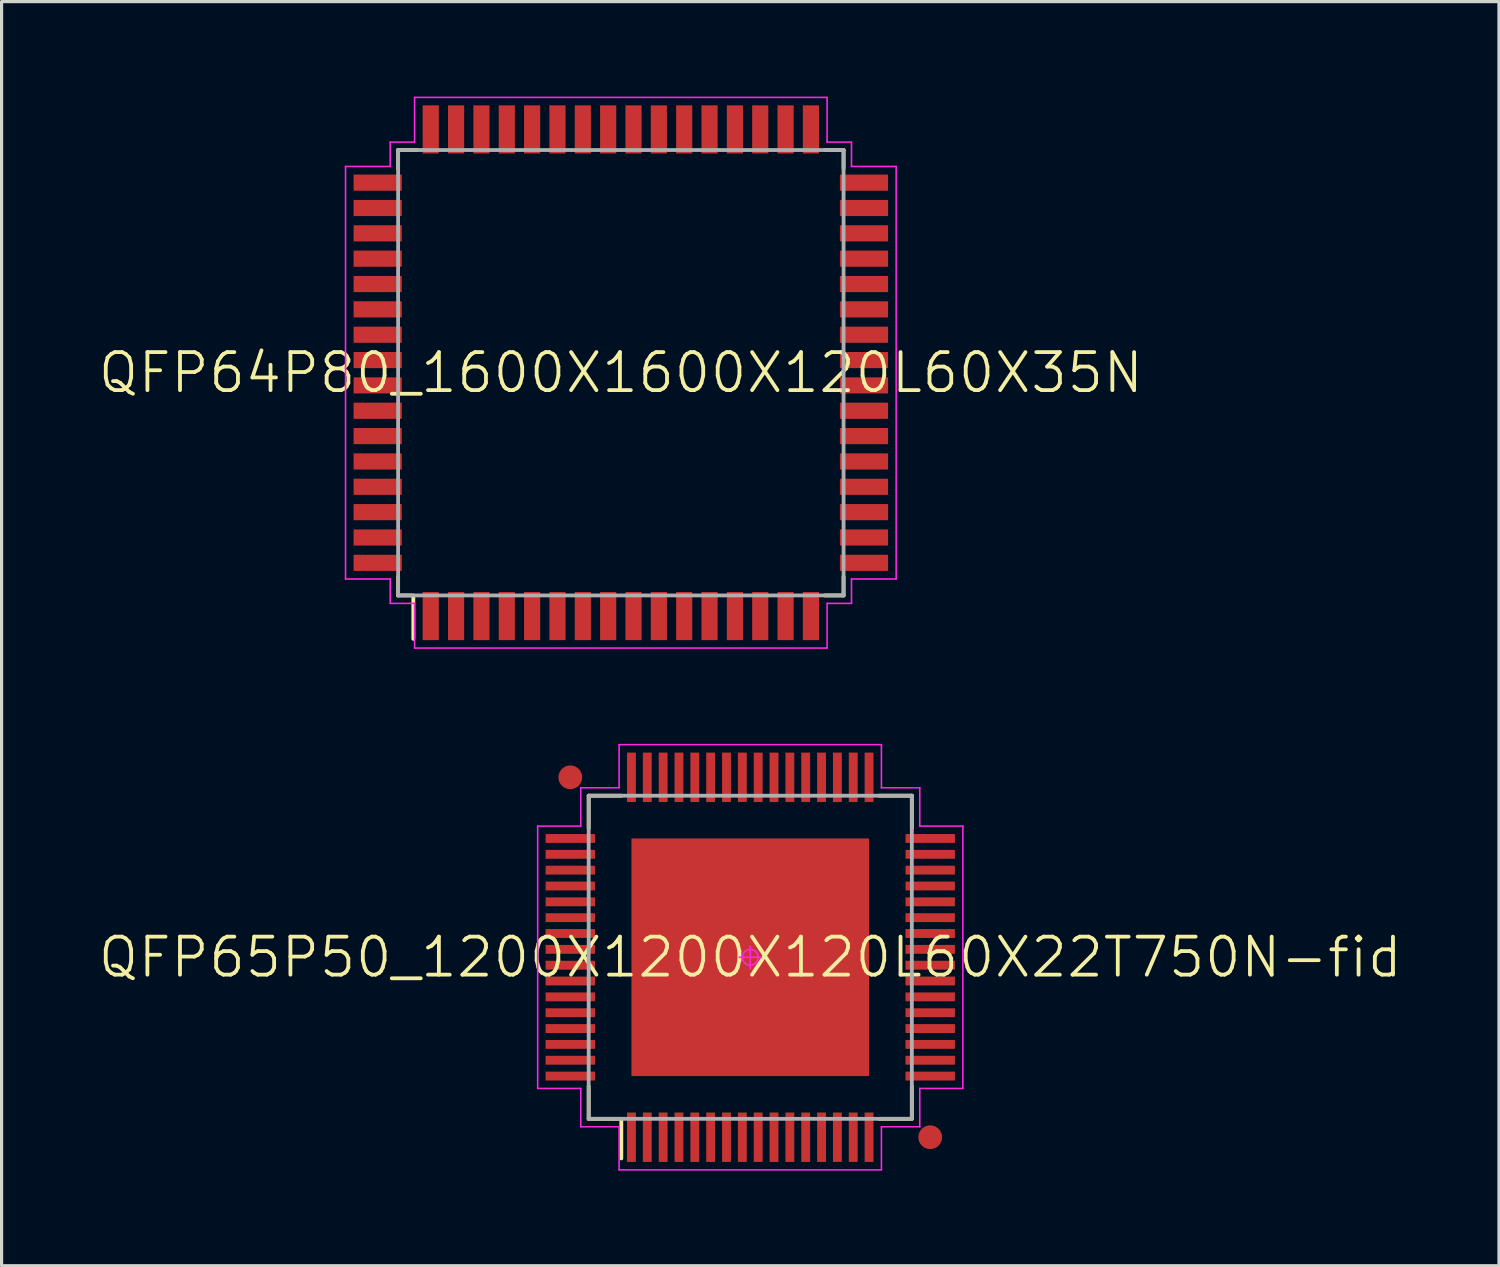
<source format=kicad_pcb>
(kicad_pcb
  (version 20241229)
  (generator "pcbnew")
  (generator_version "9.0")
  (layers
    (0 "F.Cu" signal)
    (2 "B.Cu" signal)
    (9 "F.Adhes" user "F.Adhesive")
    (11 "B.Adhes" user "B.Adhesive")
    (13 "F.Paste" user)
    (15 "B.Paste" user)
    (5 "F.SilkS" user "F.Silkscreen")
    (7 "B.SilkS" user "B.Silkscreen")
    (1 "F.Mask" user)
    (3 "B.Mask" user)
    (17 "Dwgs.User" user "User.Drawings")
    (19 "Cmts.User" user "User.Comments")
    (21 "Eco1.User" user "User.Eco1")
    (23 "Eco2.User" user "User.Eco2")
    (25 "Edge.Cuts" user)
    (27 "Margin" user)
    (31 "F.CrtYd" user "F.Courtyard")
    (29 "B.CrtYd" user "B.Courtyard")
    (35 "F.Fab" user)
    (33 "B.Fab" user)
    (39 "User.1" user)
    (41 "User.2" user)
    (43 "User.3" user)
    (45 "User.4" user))
  (footprint "QFP65P50_1200X1200X120L60X22T750N-fid"
    (layer "F.Cu")
    (at 20.631 27.165)
    (property "Reference" "QFP65P50_1200X1200X120L60X22T750N-fid" (at 0 0 0) (layer "F.SilkS") (effects (font (size 1.2 1.2) (thickness 0.12))))
    (attr smd)
    (fp_line (start -5.1 -5.1) (end -5.1 -4.07) (stroke (width 0.12) (type solid)) (layer "F.SilkS"))
    (fp_line (start -5.1 5.1) (end -5.1 4.07) (stroke (width 0.12) (type solid)) (layer "F.SilkS"))
    (fp_line (start -4.07 -5.1) (end -5.1 -5.1) (stroke (width 0.12) (type solid)) (layer "F.SilkS"))
    (fp_line (start -4.07 5.1) (end -5.1 5.1) (stroke (width 0.12) (type solid)) (layer "F.SilkS"))
    (fp_line (start -4.07 5.1) (end -4.07 6.35) (stroke (width 0.12) (type solid)) (layer "F.SilkS"))
    (fp_line (start 4.07 -5.1) (end 5.1 -5.1) (stroke (width 0.12) (type solid)) (layer "F.SilkS"))
    (fp_line (start 4.07 5.1) (end 5.1 5.1) (stroke (width 0.12) (type solid)) (layer "F.SilkS"))
    (fp_line (start 5.1 -5.1) (end 5.1 -4.07) (stroke (width 0.12) (type solid)) (layer "F.SilkS"))
    (fp_line (start 5.1 5.1) (end 5.1 4.07) (stroke (width 0.12) (type solid)) (layer "F.SilkS"))
    (fp_line (start -6.71 -4.14) (end -6.71 4.14) (stroke (width 0.05) (type solid)) (layer "F.CrtYd"))
    (fp_line (start -6.71 4.14) (end -5.35 4.14) (stroke (width 0.05) (type solid)) (layer "F.CrtYd"))
    (fp_line (start -5.35 -5.35) (end -5.35 -4.14) (stroke (width 0.05) (type solid)) (layer "F.CrtYd"))
    (fp_line (start -5.35 -4.14) (end -6.71 -4.14) (stroke (width 0.05) (type solid)) (layer "F.CrtYd"))
    (fp_line (start -5.35 4.14) (end -5.35 5.35) (stroke (width 0.05) (type solid)) (layer "F.CrtYd"))
    (fp_line (start -5.35 5.35) (end -4.14 5.35) (stroke (width 0.05) (type solid)) (layer "F.CrtYd"))
    (fp_line (start -4.14 -6.71) (end -4.14 -5.35) (stroke (width 0.05) (type solid)) (layer "F.CrtYd"))
    (fp_line (start -4.14 -5.35) (end -5.35 -5.35) (stroke (width 0.05) (type solid)) (layer "F.CrtYd"))
    (fp_line (start -4.14 5.35) (end -4.14 6.71) (stroke (width 0.05) (type solid)) (layer "F.CrtYd"))
    (fp_line (start -4.14 6.71) (end 4.14 6.71) (stroke (width 0.05) (type solid)) (layer "F.CrtYd"))
    (fp_line (start -0.35 0) (end 0.35 0) (stroke (width 0.05) (type solid)) (layer "F.CrtYd"))
    (fp_line (start 0 -0.35) (end 0 0.35) (stroke (width 0.05) (type solid)) (layer "F.CrtYd"))
    (fp_line (start 4.14 -6.71) (end -4.14 -6.71) (stroke (width 0.05) (type solid)) (layer "F.CrtYd"))
    (fp_line (start 4.14 -5.35) (end 4.14 -6.71) (stroke (width 0.05) (type solid)) (layer "F.CrtYd"))
    (fp_line (start 4.14 5.35) (end 5.35 5.35) (stroke (width 0.05) (type solid)) (layer "F.CrtYd"))
    (fp_line (start 4.14 6.71) (end 4.14 5.35) (stroke (width 0.05) (type solid)) (layer "F.CrtYd"))
    (fp_line (start 5.35 -5.35) (end 4.14 -5.35) (stroke (width 0.05) (type solid)) (layer "F.CrtYd"))
    (fp_line (start 5.35 -4.14) (end 5.35 -5.35) (stroke (width 0.05) (type solid)) (layer "F.CrtYd"))
    (fp_line (start 5.35 4.14) (end 6.71 4.14) (stroke (width 0.05) (type solid)) (layer "F.CrtYd"))
    (fp_line (start 5.35 5.35) (end 5.35 4.14) (stroke (width 0.05) (type solid)) (layer "F.CrtYd"))
    (fp_line (start 6.71 -4.14) (end 5.35 -4.14) (stroke (width 0.05) (type solid)) (layer "F.CrtYd"))
    (fp_line (start 6.71 4.14) (end 6.71 -4.14) (stroke (width 0.05) (type solid)) (layer "F.CrtYd"))
    (fp_circle (center 0 0) (end 0 0.25) (stroke (width 0.05) (type solid)) (fill no) (layer "F.CrtYd"))
    (fp_line (start -5.1 -5.1) (end 5.1 -5.1) (stroke (width 0.12) (type solid)) (layer "F.Fab"))
    (fp_line (start -5.1 5.1) (end -5.1 -5.1) (stroke (width 0.12) (type solid)) (layer "F.Fab"))
    (fp_line (start 5.1 -5.1) (end 5.1 5.1) (stroke (width 0.12) (type solid)) (layer "F.Fab"))
    (fp_line (start 5.1 5.1) (end -5.1 5.1) (stroke (width 0.12) (type solid)) (layer "F.Fab"))
    (pad "1" smd rect (at -3.75 5.68 90) (size 1.56 0.28) (layers "F.Cu" "F.Mask" "F.Paste"))
    (pad "2" smd rect (at -3.25 5.68 90) (size 1.56 0.28) (layers "F.Cu" "F.Mask" "F.Paste"))
    (pad "3" smd rect (at -2.75 5.68 90) (size 1.56 0.28) (layers "F.Cu" "F.Mask" "F.Paste"))
    (pad "4" smd rect (at -2.25 5.68 90) (size 1.56 0.28) (layers "F.Cu" "F.Mask" "F.Paste"))
    (pad "5" smd rect (at -1.75 5.68 90) (size 1.56 0.28) (layers "F.Cu" "F.Mask" "F.Paste"))
    (pad "6" smd rect (at -1.25 5.68 90) (size 1.56 0.28) (layers "F.Cu" "F.Mask" "F.Paste"))
    (pad "7" smd rect (at -0.75 5.68 90) (size 1.56 0.28) (layers "F.Cu" "F.Mask" "F.Paste"))
    (pad "8" smd rect (at -0.25 5.68 90) (size 1.56 0.28) (layers "F.Cu" "F.Mask" "F.Paste"))
    (pad "9" smd rect (at 0.25 5.68 90) (size 1.56 0.28) (layers "F.Cu" "F.Mask" "F.Paste"))
    (pad "10" smd rect (at 0.75 5.68 90) (size 1.56 0.28) (layers "F.Cu" "F.Mask" "F.Paste"))
    (pad "11" smd rect (at 1.25 5.68 90) (size 1.56 0.28) (layers "F.Cu" "F.Mask" "F.Paste"))
    (pad "12" smd rect (at 1.75 5.68 90) (size 1.56 0.28) (layers "F.Cu" "F.Mask" "F.Paste"))
    (pad "13" smd rect (at 2.25 5.68 90) (size 1.56 0.28) (layers "F.Cu" "F.Mask" "F.Paste"))
    (pad "14" smd rect (at 2.75 5.68 90) (size 1.56 0.28) (layers "F.Cu" "F.Mask" "F.Paste"))
    (pad "15" smd rect (at 3.25 5.68 90) (size 1.56 0.28) (layers "F.Cu" "F.Mask" "F.Paste"))
    (pad "16" smd rect (at 3.75 5.68 90) (size 1.56 0.28) (layers "F.Cu" "F.Mask" "F.Paste"))
    (pad "17" smd rect (at 5.68 3.75) (size 1.56 0.28) (layers "F.Cu" "F.Mask" "F.Paste"))
    (pad "18" smd rect (at 5.68 3.25) (size 1.56 0.28) (layers "F.Cu" "F.Mask" "F.Paste"))
    (pad "19" smd rect (at 5.68 2.75) (size 1.56 0.28) (layers "F.Cu" "F.Mask" "F.Paste"))
    (pad "20" smd rect (at 5.68 2.25) (size 1.56 0.28) (layers "F.Cu" "F.Mask" "F.Paste"))
    (pad "21" smd rect (at 5.68 1.75) (size 1.56 0.28) (layers "F.Cu" "F.Mask" "F.Paste"))
    (pad "22" smd rect (at 5.68 1.25) (size 1.56 0.28) (layers "F.Cu" "F.Mask" "F.Paste"))
    (pad "23" smd rect (at 5.68 0.75) (size 1.56 0.28) (layers "F.Cu" "F.Mask" "F.Paste"))
    (pad "24" smd rect (at 5.68 0.25) (size 1.56 0.28) (layers "F.Cu" "F.Mask" "F.Paste"))
    (pad "25" smd rect (at 5.68 -0.25) (size 1.56 0.28) (layers "F.Cu" "F.Mask" "F.Paste"))
    (pad "26" smd rect (at 5.68 -0.75) (size 1.56 0.28) (layers "F.Cu" "F.Mask" "F.Paste"))
    (pad "27" smd rect (at 5.68 -1.25) (size 1.56 0.28) (layers "F.Cu" "F.Mask" "F.Paste"))
    (pad "28" smd rect (at 5.68 -1.75) (size 1.56 0.28) (layers "F.Cu" "F.Mask" "F.Paste"))
    (pad "29" smd rect (at 5.68 -2.25) (size 1.56 0.28) (layers "F.Cu" "F.Mask" "F.Paste"))
    (pad "30" smd rect (at 5.68 -2.75) (size 1.56 0.28) (layers "F.Cu" "F.Mask" "F.Paste"))
    (pad "31" smd rect (at 5.68 -3.25) (size 1.56 0.28) (layers "F.Cu" "F.Mask" "F.Paste"))
    (pad "32" smd rect (at 5.68 -3.75) (size 1.56 0.28) (layers "F.Cu" "F.Mask" "F.Paste"))
    (pad "33" smd rect (at 3.75 -5.68 90) (size 1.56 0.28) (layers "F.Cu" "F.Mask" "F.Paste"))
    (pad "34" smd rect (at 3.25 -5.68 90) (size 1.56 0.28) (layers "F.Cu" "F.Mask" "F.Paste"))
    (pad "35" smd rect (at 2.75 -5.68 90) (size 1.56 0.28) (layers "F.Cu" "F.Mask" "F.Paste"))
    (pad "36" smd rect (at 2.25 -5.68 90) (size 1.56 0.28) (layers "F.Cu" "F.Mask" "F.Paste"))
    (pad "37" smd rect (at 1.75 -5.68 90) (size 1.56 0.28) (layers "F.Cu" "F.Mask" "F.Paste"))
    (pad "38" smd rect (at 1.25 -5.68 90) (size 1.56 0.28) (layers "F.Cu" "F.Mask" "F.Paste"))
    (pad "39" smd rect (at 0.75 -5.68 90) (size 1.56 0.28) (layers "F.Cu" "F.Mask" "F.Paste"))
    (pad "40" smd rect (at 0.25 -5.68 90) (size 1.56 0.28) (layers "F.Cu" "F.Mask" "F.Paste"))
    (pad "41" smd rect (at -0.25 -5.68 90) (size 1.56 0.28) (layers "F.Cu" "F.Mask" "F.Paste"))
    (pad "42" smd rect (at -0.75 -5.68 90) (size 1.56 0.28) (layers "F.Cu" "F.Mask" "F.Paste"))
    (pad "43" smd rect (at -1.25 -5.68 90) (size 1.56 0.28) (layers "F.Cu" "F.Mask" "F.Paste"))
    (pad "44" smd rect (at -1.75 -5.68 90) (size 1.56 0.28) (layers "F.Cu" "F.Mask" "F.Paste"))
    (pad "45" smd rect (at -2.25 -5.68 90) (size 1.56 0.28) (layers "F.Cu" "F.Mask" "F.Paste"))
    (pad "46" smd rect (at -2.75 -5.68 90) (size 1.56 0.28) (layers "F.Cu" "F.Mask" "F.Paste"))
    (pad "47" smd rect (at -3.25 -5.68 90) (size 1.56 0.28) (layers "F.Cu" "F.Mask" "F.Paste"))
    (pad "48" smd rect (at -3.75 -5.68 90) (size 1.56 0.28) (layers "F.Cu" "F.Mask" "F.Paste"))
    (pad "49" smd rect (at -5.68 -3.75) (size 1.56 0.28) (layers "F.Cu" "F.Mask" "F.Paste"))
    (pad "50" smd rect (at -5.68 -3.25) (size 1.56 0.28) (layers "F.Cu" "F.Mask" "F.Paste"))
    (pad "51" smd rect (at -5.68 -2.75) (size 1.56 0.28) (layers "F.Cu" "F.Mask" "F.Paste"))
    (pad "52" smd rect (at -5.68 -2.25) (size 1.56 0.28) (layers "F.Cu" "F.Mask" "F.Paste"))
    (pad "53" smd rect (at -5.68 -1.75) (size 1.56 0.28) (layers "F.Cu" "F.Mask" "F.Paste"))
    (pad "54" smd rect (at -5.68 -1.25) (size 1.56 0.28) (layers "F.Cu" "F.Mask" "F.Paste"))
    (pad "55" smd rect (at -5.68 -0.75) (size 1.56 0.28) (layers "F.Cu" "F.Mask" "F.Paste"))
    (pad "56" smd rect (at -5.68 -0.25) (size 1.56 0.28) (layers "F.Cu" "F.Mask" "F.Paste"))
    (pad "57" smd rect (at -5.68 0.25) (size 1.56 0.28) (layers "F.Cu" "F.Mask" "F.Paste"))
    (pad "58" smd rect (at -5.68 0.75) (size 1.56 0.28) (layers "F.Cu" "F.Mask" "F.Paste"))
    (pad "59" smd rect (at -5.68 1.25) (size 1.56 0.28) (layers "F.Cu" "F.Mask" "F.Paste"))
    (pad "60" smd rect (at -5.68 1.75) (size 1.56 0.28) (layers "F.Cu" "F.Mask" "F.Paste"))
    (pad "61" smd rect (at -5.68 2.25) (size 1.56 0.28) (layers "F.Cu" "F.Mask" "F.Paste"))
    (pad "62" smd rect (at -5.68 2.75) (size 1.56 0.28) (layers "F.Cu" "F.Mask" "F.Paste"))
    (pad "63" smd rect (at -5.68 3.25) (size 1.56 0.28) (layers "F.Cu" "F.Mask" "F.Paste"))
    (pad "64" smd rect (at -5.68 3.75) (size 1.56 0.28) (layers "F.Cu" "F.Mask" "F.Paste"))
    (pad "65" smd rect (at 0 0) (size 7.5 7.5) (layers "F.Cu" "F.Mask"))
    (pad "FID1" smd circle (at 5.68 5.68) (size 0.75 0.75) (layers "F.Cu" "F.Mask"))
    (pad "FID2" smd circle (at -5.68 -5.68) (size 0.75 0.75) (layers "F.Cu" "F.Mask")))
  (footprint "QFP64P80_1600X1600X120L60X35N"
    (layer "F.Cu")
    (at 16.546 8.715)
    (property "Reference" "QFP64P80_1600X1600X120L60X35N" (at 0 0 0) (layer "F.SilkS") (effects (font (size 1.2 1.2) (thickness 0.12))))
    (attr smd)
    (fp_line (start -7.03 -7.03) (end -7.03 -6.44) (stroke (width 0.12) (type solid)) (layer "F.SilkS"))
    (fp_line (start -7.03 7.03) (end -7.03 6.44) (stroke (width 0.12) (type solid)) (layer "F.SilkS"))
    (fp_line (start -6.6 7.03) (end -7.03 7.03) (stroke (width 0.12) (type solid)) (layer "F.SilkS"))
    (fp_line (start -6.55 8.4) (end -6.55 7.03) (stroke (width 0.12) (type solid)) (layer "F.SilkS"))
    (fp_line (start -6.44 -7.03) (end -7.03 -7.03) (stroke (width 0.12) (type solid)) (layer "F.SilkS"))
    (fp_line (start 6.44 -7.03) (end 7.03 -7.03) (stroke (width 0.12) (type solid)) (layer "F.SilkS"))
    (fp_line (start 6.44 7.03) (end 7.03 7.03) (stroke (width 0.12) (type solid)) (layer "F.SilkS"))
    (fp_line (start 7.03 -7.03) (end 7.03 -6.44) (stroke (width 0.12) (type solid)) (layer "F.SilkS"))
    (fp_line (start 7.03 7.03) (end 7.03 6.44) (stroke (width 0.12) (type solid)) (layer "F.SilkS"))
    (fp_line (start -8.69 -6.51) (end -8.69 6.51) (stroke (width 0.05) (type solid)) (layer "F.CrtYd"))
    (fp_line (start -8.69 6.51) (end -7.28 6.51) (stroke (width 0.05) (type solid)) (layer "F.CrtYd"))
    (fp_line (start -7.28 -7.28) (end -7.28 -6.51) (stroke (width 0.05) (type solid)) (layer "F.CrtYd"))
    (fp_line (start -7.28 -6.51) (end -8.69 -6.51) (stroke (width 0.05) (type solid)) (layer "F.CrtYd"))
    (fp_line (start -7.28 6.51) (end -7.28 7.28) (stroke (width 0.05) (type solid)) (layer "F.CrtYd"))
    (fp_line (start -7.28 7.28) (end -6.51 7.28) (stroke (width 0.05) (type solid)) (layer "F.CrtYd"))
    (fp_line (start -6.51 -8.69) (end -6.51 -7.28) (stroke (width 0.05) (type solid)) (layer "F.CrtYd"))
    (fp_line (start -6.51 -7.28) (end -7.28 -7.28) (stroke (width 0.05) (type solid)) (layer "F.CrtYd"))
    (fp_line (start -6.51 7.28) (end -6.51 8.69) (stroke (width 0.05) (type solid)) (layer "F.CrtYd"))
    (fp_line (start -6.51 8.69) (end 6.51 8.69) (stroke (width 0.05) (type solid)) (layer "F.CrtYd"))
    (fp_line (start 6.51 -8.69) (end -6.51 -8.69) (stroke (width 0.05) (type solid)) (layer "F.CrtYd"))
    (fp_line (start 6.51 -7.28) (end 6.51 -8.69) (stroke (width 0.05) (type solid)) (layer "F.CrtYd"))
    (fp_line (start 6.51 7.28) (end 7.28 7.28) (stroke (width 0.05) (type solid)) (layer "F.CrtYd"))
    (fp_line (start 6.51 8.69) (end 6.51 7.28) (stroke (width 0.05) (type solid)) (layer "F.CrtYd"))
    (fp_line (start 7.28 -7.28) (end 6.51 -7.28) (stroke (width 0.05) (type solid)) (layer "F.CrtYd"))
    (fp_line (start 7.28 -6.51) (end 7.28 -7.28) (stroke (width 0.05) (type solid)) (layer "F.CrtYd"))
    (fp_line (start 7.28 6.51) (end 8.69 6.51) (stroke (width 0.05) (type solid)) (layer "F.CrtYd"))
    (fp_line (start 7.28 7.28) (end 7.28 6.51) (stroke (width 0.05) (type solid)) (layer "F.CrtYd"))
    (fp_line (start 8.69 -6.51) (end 7.28 -6.51) (stroke (width 0.05) (type solid)) (layer "F.CrtYd"))
    (fp_line (start 8.69 6.51) (end 8.69 -6.51) (stroke (width 0.05) (type solid)) (layer "F.CrtYd"))
    (fp_line (start -7.03 -7.03) (end 7.03 -7.03) (stroke (width 0.12) (type solid)) (layer "F.Fab"))
    (fp_line (start -7.03 7.03) (end -7.03 -7.03) (stroke (width 0.12) (type solid)) (layer "F.Fab"))
    (fp_line (start 7.03 -7.03) (end 7.03 7.03) (stroke (width 0.12) (type solid)) (layer "F.Fab"))
    (fp_line (start 7.03 7.03) (end -7.03 7.03) (stroke (width 0.12) (type solid)) (layer "F.Fab"))
    (pad "1" smd rect (at -6 7.68 90) (size 1.52 0.51) (layers "F.Cu" "F.Mask" "F.Paste"))
    (pad "2" smd rect (at -5.2 7.68 90) (size 1.52 0.51) (layers "F.Cu" "F.Mask" "F.Paste"))
    (pad "3" smd rect (at -4.4 7.68 90) (size 1.52 0.51) (layers "F.Cu" "F.Mask" "F.Paste"))
    (pad "4" smd rect (at -3.6 7.68 90) (size 1.52 0.51) (layers "F.Cu" "F.Mask" "F.Paste"))
    (pad "5" smd rect (at -2.8 7.68 90) (size 1.52 0.51) (layers "F.Cu" "F.Mask" "F.Paste"))
    (pad "6" smd rect (at -2 7.68 90) (size 1.52 0.51) (layers "F.Cu" "F.Mask" "F.Paste"))
    (pad "7" smd rect (at -1.2 7.68 90) (size 1.52 0.51) (layers "F.Cu" "F.Mask" "F.Paste"))
    (pad "8" smd rect (at -0.4 7.68 90) (size 1.52 0.51) (layers "F.Cu" "F.Mask" "F.Paste"))
    (pad "9" smd rect (at 0.4 7.68 90) (size 1.52 0.51) (layers "F.Cu" "F.Mask" "F.Paste"))
    (pad "10" smd rect (at 1.2 7.68 90) (size 1.52 0.51) (layers "F.Cu" "F.Mask" "F.Paste"))
    (pad "11" smd rect (at 2 7.68 90) (size 1.52 0.51) (layers "F.Cu" "F.Mask" "F.Paste"))
    (pad "12" smd rect (at 2.8 7.68 90) (size 1.52 0.51) (layers "F.Cu" "F.Mask" "F.Paste"))
    (pad "13" smd rect (at 3.6 7.68 90) (size 1.52 0.51) (layers "F.Cu" "F.Mask" "F.Paste"))
    (pad "14" smd rect (at 4.4 7.68 90) (size 1.52 0.51) (layers "F.Cu" "F.Mask" "F.Paste"))
    (pad "15" smd rect (at 5.2 7.68 90) (size 1.52 0.51) (layers "F.Cu" "F.Mask" "F.Paste"))
    (pad "16" smd rect (at 6 7.68 90) (size 1.52 0.51) (layers "F.Cu" "F.Mask" "F.Paste"))
    (pad "17" smd rect (at 7.675 6) (size 1.52 0.51) (layers "F.Cu" "F.Mask" "F.Paste"))
    (pad "18" smd rect (at 7.675 5.2) (size 1.52 0.51) (layers "F.Cu" "F.Mask" "F.Paste"))
    (pad "19" smd rect (at 7.675 4.4) (size 1.52 0.51) (layers "F.Cu" "F.Mask" "F.Paste"))
    (pad "20" smd rect (at 7.675 3.6) (size 1.52 0.51) (layers "F.Cu" "F.Mask" "F.Paste"))
    (pad "21" smd rect (at 7.675 2.8) (size 1.52 0.51) (layers "F.Cu" "F.Mask" "F.Paste"))
    (pad "22" smd rect (at 7.675 2) (size 1.52 0.51) (layers "F.Cu" "F.Mask" "F.Paste"))
    (pad "23" smd rect (at 7.675 1.2) (size 1.52 0.51) (layers "F.Cu" "F.Mask" "F.Paste"))
    (pad "24" smd rect (at 7.675 0.4) (size 1.52 0.51) (layers "F.Cu" "F.Mask" "F.Paste"))
    (pad "25" smd rect (at 7.675 -0.4) (size 1.52 0.51) (layers "F.Cu" "F.Mask" "F.Paste"))
    (pad "26" smd rect (at 7.675 -1.2) (size 1.52 0.51) (layers "F.Cu" "F.Mask" "F.Paste"))
    (pad "27" smd rect (at 7.675 -2) (size 1.52 0.51) (layers "F.Cu" "F.Mask" "F.Paste"))
    (pad "28" smd rect (at 7.675 -2.8) (size 1.52 0.51) (layers "F.Cu" "F.Mask" "F.Paste"))
    (pad "29" smd rect (at 7.675 -3.6) (size 1.52 0.51) (layers "F.Cu" "F.Mask" "F.Paste"))
    (pad "30" smd rect (at 7.675 -4.4) (size 1.52 0.51) (layers "F.Cu" "F.Mask" "F.Paste"))
    (pad "31" smd rect (at 7.675 -5.2) (size 1.52 0.51) (layers "F.Cu" "F.Mask" "F.Paste"))
    (pad "32" smd rect (at 7.675 -6) (size 1.52 0.51) (layers "F.Cu" "F.Mask" "F.Paste"))
    (pad "33" smd rect (at 6 -7.68 90) (size 1.52 0.51) (layers "F.Cu" "F.Mask" "F.Paste"))
    (pad "34" smd rect (at 5.2 -7.68 90) (size 1.52 0.51) (layers "F.Cu" "F.Mask" "F.Paste"))
    (pad "35" smd rect (at 4.4 -7.68 90) (size 1.52 0.51) (layers "F.Cu" "F.Mask" "F.Paste"))
    (pad "36" smd rect (at 3.6 -7.68 90) (size 1.52 0.51) (layers "F.Cu" "F.Mask" "F.Paste"))
    (pad "37" smd rect (at 2.8 -7.68 90) (size 1.52 0.51) (layers "F.Cu" "F.Mask" "F.Paste"))
    (pad "38" smd rect (at 2 -7.68 90) (size 1.52 0.51) (layers "F.Cu" "F.Mask" "F.Paste"))
    (pad "39" smd rect (at 1.2 -7.68 90) (size 1.52 0.51) (layers "F.Cu" "F.Mask" "F.Paste"))
    (pad "40" smd rect (at 0.4 -7.68 90) (size 1.52 0.51) (layers "F.Cu" "F.Mask" "F.Paste"))
    (pad "41" smd rect (at -0.4 -7.68 90) (size 1.52 0.51) (layers "F.Cu" "F.Mask" "F.Paste"))
    (pad "42" smd rect (at -1.2 -7.68 90) (size 1.52 0.51) (layers "F.Cu" "F.Mask" "F.Paste"))
    (pad "43" smd rect (at -2 -7.68 90) (size 1.52 0.51) (layers "F.Cu" "F.Mask" "F.Paste"))
    (pad "44" smd rect (at -2.8 -7.68 90) (size 1.52 0.51) (layers "F.Cu" "F.Mask" "F.Paste"))
    (pad "45" smd rect (at -3.6 -7.68 90) (size 1.52 0.51) (layers "F.Cu" "F.Mask" "F.Paste"))
    (pad "46" smd rect (at -4.4 -7.68 90) (size 1.52 0.51) (layers "F.Cu" "F.Mask" "F.Paste"))
    (pad "47" smd rect (at -5.2 -7.68 90) (size 1.52 0.51) (layers "F.Cu" "F.Mask" "F.Paste"))
    (pad "48" smd rect (at -6 -7.68 90) (size 1.52 0.51) (layers "F.Cu" "F.Mask" "F.Paste"))
    (pad "49" smd rect (at -7.675 -6) (size 1.52 0.51) (layers "F.Cu" "F.Mask" "F.Paste"))
    (pad "50" smd rect (at -7.675 -5.2) (size 1.52 0.51) (layers "F.Cu" "F.Mask" "F.Paste"))
    (pad "51" smd rect (at -7.675 -4.4) (size 1.52 0.51) (layers "F.Cu" "F.Mask" "F.Paste"))
    (pad "52" smd rect (at -7.675 -3.6) (size 1.52 0.51) (layers "F.Cu" "F.Mask" "F.Paste"))
    (pad "53" smd rect (at -7.675 -2.8) (size 1.52 0.51) (layers "F.Cu" "F.Mask" "F.Paste"))
    (pad "54" smd rect (at -7.675 -2) (size 1.52 0.51) (layers "F.Cu" "F.Mask" "F.Paste"))
    (pad "55" smd rect (at -7.675 -1.2) (size 1.52 0.51) (layers "F.Cu" "F.Mask" "F.Paste"))
    (pad "56" smd rect (at -7.675 -0.4) (size 1.52 0.51) (layers "F.Cu" "F.Mask" "F.Paste"))
    (pad "57" smd rect (at -7.675 0.4) (size 1.52 0.51) (layers "F.Cu" "F.Mask" "F.Paste"))
    (pad "58" smd rect (at -7.675 1.2) (size 1.52 0.51) (layers "F.Cu" "F.Mask" "F.Paste"))
    (pad "59" smd rect (at -7.675 2) (size 1.52 0.51) (layers "F.Cu" "F.Mask" "F.Paste"))
    (pad "60" smd rect (at -7.675 2.8) (size 1.52 0.51) (layers "F.Cu" "F.Mask" "F.Paste"))
    (pad "61" smd rect (at -7.675 3.6) (size 1.52 0.51) (layers "F.Cu" "F.Mask" "F.Paste"))
    (pad "62" smd rect (at -7.675 4.4) (size 1.52 0.51) (layers "F.Cu" "F.Mask" "F.Paste"))
    (pad "63" smd rect (at -7.675 5.2) (size 1.52 0.51) (layers "F.Cu" "F.Mask" "F.Paste"))
    (pad "64" smd rect (at -7.675 6) (size 1.52 0.51) (layers "F.Cu" "F.Mask" "F.Paste")))
  (gr_rect
    (start -3 -3)
    (end 44.263 36.9)
    (stroke (width 0.1) (type default))
    (fill no)
    (layer "Edge.Cuts")))
</source>
